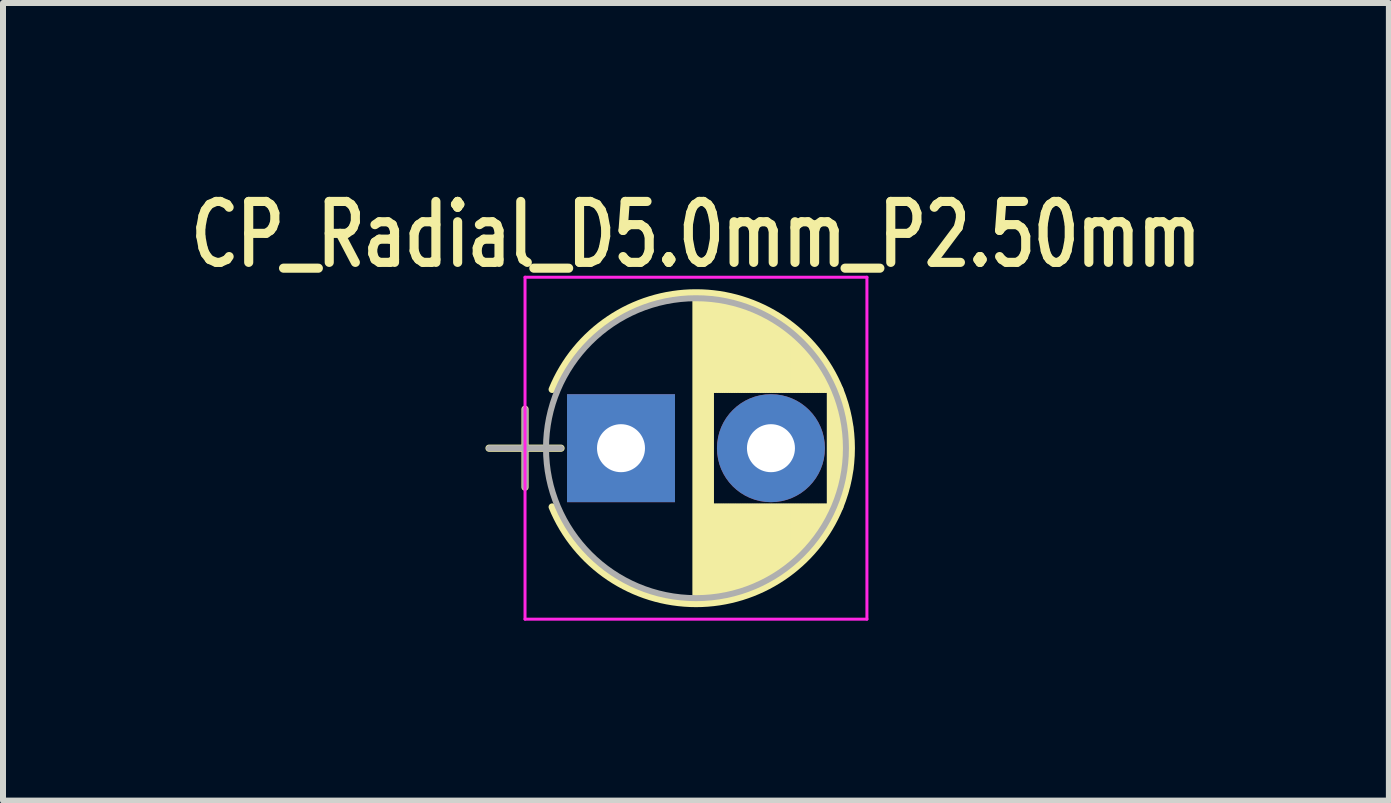
<source format=kicad_pcb>
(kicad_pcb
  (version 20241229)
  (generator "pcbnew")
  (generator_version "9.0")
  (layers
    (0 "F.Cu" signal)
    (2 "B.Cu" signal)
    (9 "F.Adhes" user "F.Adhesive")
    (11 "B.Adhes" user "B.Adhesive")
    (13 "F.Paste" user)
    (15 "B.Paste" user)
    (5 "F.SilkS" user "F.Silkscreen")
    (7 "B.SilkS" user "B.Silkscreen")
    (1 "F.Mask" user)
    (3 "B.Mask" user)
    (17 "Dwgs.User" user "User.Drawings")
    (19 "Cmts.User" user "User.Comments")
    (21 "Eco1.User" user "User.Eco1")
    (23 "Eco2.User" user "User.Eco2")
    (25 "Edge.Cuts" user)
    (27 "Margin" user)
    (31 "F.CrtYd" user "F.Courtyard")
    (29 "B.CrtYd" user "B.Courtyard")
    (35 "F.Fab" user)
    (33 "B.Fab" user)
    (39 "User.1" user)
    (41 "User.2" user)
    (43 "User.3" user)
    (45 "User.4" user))
  (footprint "CP_Radial_D5.0mm_P2.50mm"
    (layer "F.Cu")
    (at 7.303 4.422)
    (property "Reference" "CP_Radial_D5.0mm_P2.50mm" (at 1.25 -3.56 0) (layer "F.SilkS") (effects (font (size 1.016 0.762) (thickness 0.152))))
    (attr through_hole)
    (fp_line (start -2.2 0) (end -1 0) (stroke (width 0.12) (type solid)) (layer "F.SilkS"))
    (fp_line (start -1.6 -0.65) (end -1.6 0.65) (stroke (width 0.12) (type solid)) (layer "F.SilkS"))
    (fp_line (start 1.25 -2.55) (end 1.25 2.55) (stroke (width 0.12) (type solid)) (layer "F.SilkS"))
    (fp_line (start 1.29 -2.55) (end 1.29 2.55) (stroke (width 0.12) (type solid)) (layer "F.SilkS"))
    (fp_line (start 1.33 -2.549) (end 1.33 2.549) (stroke (width 0.12) (type solid)) (layer "F.SilkS"))
    (fp_line (start 1.37 -2.548) (end 1.37 2.548) (stroke (width 0.12) (type solid)) (layer "F.SilkS"))
    (fp_line (start 1.41 -2.546) (end 1.41 2.546) (stroke (width 0.12) (type solid)) (layer "F.SilkS"))
    (fp_line (start 1.45 -2.543) (end 1.45 2.543) (stroke (width 0.12) (type solid)) (layer "F.SilkS"))
    (fp_line (start 1.49 -2.539) (end 1.49 2.539) (stroke (width 0.12) (type solid)) (layer "F.SilkS"))
    (fp_line (start 1.53 -2.535) (end 1.53 -0.98) (stroke (width 0.12) (type solid)) (layer "F.SilkS"))
    (fp_line (start 1.53 0.98) (end 1.53 2.535) (stroke (width 0.12) (type solid)) (layer "F.SilkS"))
    (fp_line (start 1.57 -2.531) (end 1.57 -0.98) (stroke (width 0.12) (type solid)) (layer "F.SilkS"))
    (fp_line (start 1.57 0.98) (end 1.57 2.531) (stroke (width 0.12) (type solid)) (layer "F.SilkS"))
    (fp_line (start 1.61 -2.525) (end 1.61 -0.98) (stroke (width 0.12) (type solid)) (layer "F.SilkS"))
    (fp_line (start 1.61 0.98) (end 1.61 2.525) (stroke (width 0.12) (type solid)) (layer "F.SilkS"))
    (fp_line (start 1.65 -2.519) (end 1.65 -0.98) (stroke (width 0.12) (type solid)) (layer "F.SilkS"))
    (fp_line (start 1.65 0.98) (end 1.65 2.519) (stroke (width 0.12) (type solid)) (layer "F.SilkS"))
    (fp_line (start 1.69 -2.513) (end 1.69 -0.98) (stroke (width 0.12) (type solid)) (layer "F.SilkS"))
    (fp_line (start 1.69 0.98) (end 1.69 2.513) (stroke (width 0.12) (type solid)) (layer "F.SilkS"))
    (fp_line (start 1.73 -2.506) (end 1.73 -0.98) (stroke (width 0.12) (type solid)) (layer "F.SilkS"))
    (fp_line (start 1.73 0.98) (end 1.73 2.506) (stroke (width 0.12) (type solid)) (layer "F.SilkS"))
    (fp_line (start 1.77 -2.498) (end 1.77 -0.98) (stroke (width 0.12) (type solid)) (layer "F.SilkS"))
    (fp_line (start 1.77 0.98) (end 1.77 2.498) (stroke (width 0.12) (type solid)) (layer "F.SilkS"))
    (fp_line (start 1.81 -2.489) (end 1.81 -0.98) (stroke (width 0.12) (type solid)) (layer "F.SilkS"))
    (fp_line (start 1.81 0.98) (end 1.81 2.489) (stroke (width 0.12) (type solid)) (layer "F.SilkS"))
    (fp_line (start 1.85 -2.48) (end 1.85 -0.98) (stroke (width 0.12) (type solid)) (layer "F.SilkS"))
    (fp_line (start 1.85 0.98) (end 1.85 2.48) (stroke (width 0.12) (type solid)) (layer "F.SilkS"))
    (fp_line (start 1.89 -2.47) (end 1.89 -0.98) (stroke (width 0.12) (type solid)) (layer "F.SilkS"))
    (fp_line (start 1.89 0.98) (end 1.89 2.47) (stroke (width 0.12) (type solid)) (layer "F.SilkS"))
    (fp_line (start 1.93 -2.46) (end 1.93 -0.98) (stroke (width 0.12) (type solid)) (layer "F.SilkS"))
    (fp_line (start 1.93 0.98) (end 1.93 2.46) (stroke (width 0.12) (type solid)) (layer "F.SilkS"))
    (fp_line (start 1.971 -2.448) (end 1.971 -0.98) (stroke (width 0.12) (type solid)) (layer "F.SilkS"))
    (fp_line (start 1.971 0.98) (end 1.971 2.448) (stroke (width 0.12) (type solid)) (layer "F.SilkS"))
    (fp_line (start 2.011 -2.436) (end 2.011 -0.98) (stroke (width 0.12) (type solid)) (layer "F.SilkS"))
    (fp_line (start 2.011 0.98) (end 2.011 2.436) (stroke (width 0.12) (type solid)) (layer "F.SilkS"))
    (fp_line (start 2.051 -2.424) (end 2.051 -0.98) (stroke (width 0.12) (type solid)) (layer "F.SilkS"))
    (fp_line (start 2.051 0.98) (end 2.051 2.424) (stroke (width 0.12) (type solid)) (layer "F.SilkS"))
    (fp_line (start 2.091 -2.41) (end 2.091 -0.98) (stroke (width 0.12) (type solid)) (layer "F.SilkS"))
    (fp_line (start 2.091 0.98) (end 2.091 2.41) (stroke (width 0.12) (type solid)) (layer "F.SilkS"))
    (fp_line (start 2.131 -2.396) (end 2.131 -0.98) (stroke (width 0.12) (type solid)) (layer "F.SilkS"))
    (fp_line (start 2.131 0.98) (end 2.131 2.396) (stroke (width 0.12) (type solid)) (layer "F.SilkS"))
    (fp_line (start 2.171 -2.382) (end 2.171 -0.98) (stroke (width 0.12) (type solid)) (layer "F.SilkS"))
    (fp_line (start 2.171 0.98) (end 2.171 2.382) (stroke (width 0.12) (type solid)) (layer "F.SilkS"))
    (fp_line (start 2.211 -2.366) (end 2.211 -0.98) (stroke (width 0.12) (type solid)) (layer "F.SilkS"))
    (fp_line (start 2.211 0.98) (end 2.211 2.366) (stroke (width 0.12) (type solid)) (layer "F.SilkS"))
    (fp_line (start 2.251 -2.35) (end 2.251 -0.98) (stroke (width 0.12) (type solid)) (layer "F.SilkS"))
    (fp_line (start 2.251 0.98) (end 2.251 2.35) (stroke (width 0.12) (type solid)) (layer "F.SilkS"))
    (fp_line (start 2.291 -2.333) (end 2.291 -0.98) (stroke (width 0.12) (type solid)) (layer "F.SilkS"))
    (fp_line (start 2.291 0.98) (end 2.291 2.333) (stroke (width 0.12) (type solid)) (layer "F.SilkS"))
    (fp_line (start 2.331 -2.315) (end 2.331 -0.98) (stroke (width 0.12) (type solid)) (layer "F.SilkS"))
    (fp_line (start 2.331 0.98) (end 2.331 2.315) (stroke (width 0.12) (type solid)) (layer "F.SilkS"))
    (fp_line (start 2.371 -2.296) (end 2.371 -0.98) (stroke (width 0.12) (type solid)) (layer "F.SilkS"))
    (fp_line (start 2.371 0.98) (end 2.371 2.296) (stroke (width 0.12) (type solid)) (layer "F.SilkS"))
    (fp_line (start 2.411 -2.276) (end 2.411 -0.98) (stroke (width 0.12) (type solid)) (layer "F.SilkS"))
    (fp_line (start 2.411 0.98) (end 2.411 2.276) (stroke (width 0.12) (type solid)) (layer "F.SilkS"))
    (fp_line (start 2.451 -2.256) (end 2.451 -0.98) (stroke (width 0.12) (type solid)) (layer "F.SilkS"))
    (fp_line (start 2.451 0.98) (end 2.451 2.256) (stroke (width 0.12) (type solid)) (layer "F.SilkS"))
    (fp_line (start 2.491 -2.234) (end 2.491 -0.98) (stroke (width 0.12) (type solid)) (layer "F.SilkS"))
    (fp_line (start 2.491 0.98) (end 2.491 2.234) (stroke (width 0.12) (type solid)) (layer "F.SilkS"))
    (fp_line (start 2.531 -2.212) (end 2.531 -0.98) (stroke (width 0.12) (type solid)) (layer "F.SilkS"))
    (fp_line (start 2.531 0.98) (end 2.531 2.212) (stroke (width 0.12) (type solid)) (layer "F.SilkS"))
    (fp_line (start 2.571 -2.189) (end 2.571 -0.98) (stroke (width 0.12) (type solid)) (layer "F.SilkS"))
    (fp_line (start 2.571 0.98) (end 2.571 2.189) (stroke (width 0.12) (type solid)) (layer "F.SilkS"))
    (fp_line (start 2.611 -2.165) (end 2.611 -0.98) (stroke (width 0.12) (type solid)) (layer "F.SilkS"))
    (fp_line (start 2.611 0.98) (end 2.611 2.165) (stroke (width 0.12) (type solid)) (layer "F.SilkS"))
    (fp_line (start 2.651 -2.14) (end 2.651 -0.98) (stroke (width 0.12) (type solid)) (layer "F.SilkS"))
    (fp_line (start 2.651 0.98) (end 2.651 2.14) (stroke (width 0.12) (type solid)) (layer "F.SilkS"))
    (fp_line (start 2.691 -2.113) (end 2.691 -0.98) (stroke (width 0.12) (type solid)) (layer "F.SilkS"))
    (fp_line (start 2.691 0.98) (end 2.691 2.113) (stroke (width 0.12) (type solid)) (layer "F.SilkS"))
    (fp_line (start 2.731 -2.086) (end 2.731 -0.98) (stroke (width 0.12) (type solid)) (layer "F.SilkS"))
    (fp_line (start 2.731 0.98) (end 2.731 2.086) (stroke (width 0.12) (type solid)) (layer "F.SilkS"))
    (fp_line (start 2.771 -2.058) (end 2.771 -0.98) (stroke (width 0.12) (type solid)) (layer "F.SilkS"))
    (fp_line (start 2.771 0.98) (end 2.771 2.058) (stroke (width 0.12) (type solid)) (layer "F.SilkS"))
    (fp_line (start 2.811 -2.028) (end 2.811 -0.98) (stroke (width 0.12) (type solid)) (layer "F.SilkS"))
    (fp_line (start 2.811 0.98) (end 2.811 2.028) (stroke (width 0.12) (type solid)) (layer "F.SilkS"))
    (fp_line (start 2.851 -1.997) (end 2.851 -0.98) (stroke (width 0.12) (type solid)) (layer "F.SilkS"))
    (fp_line (start 2.851 0.98) (end 2.851 1.997) (stroke (width 0.12) (type solid)) (layer "F.SilkS"))
    (fp_line (start 2.891 -1.965) (end 2.891 -0.98) (stroke (width 0.12) (type solid)) (layer "F.SilkS"))
    (fp_line (start 2.891 0.98) (end 2.891 1.965) (stroke (width 0.12) (type solid)) (layer "F.SilkS"))
    (fp_line (start 2.931 -1.932) (end 2.931 -0.98) (stroke (width 0.12) (type solid)) (layer "F.SilkS"))
    (fp_line (start 2.931 0.98) (end 2.931 1.932) (stroke (width 0.12) (type solid)) (layer "F.SilkS"))
    (fp_line (start 2.971 -1.897) (end 2.971 -0.98) (stroke (width 0.12) (type solid)) (layer "F.SilkS"))
    (fp_line (start 2.971 0.98) (end 2.971 1.897) (stroke (width 0.12) (type solid)) (layer "F.SilkS"))
    (fp_line (start 3.011 -1.861) (end 3.011 -0.98) (stroke (width 0.12) (type solid)) (layer "F.SilkS"))
    (fp_line (start 3.011 0.98) (end 3.011 1.861) (stroke (width 0.12) (type solid)) (layer "F.SilkS"))
    (fp_line (start 3.051 -1.823) (end 3.051 -0.98) (stroke (width 0.12) (type solid)) (layer "F.SilkS"))
    (fp_line (start 3.051 0.98) (end 3.051 1.823) (stroke (width 0.12) (type solid)) (layer "F.SilkS"))
    (fp_line (start 3.091 -1.783) (end 3.091 -0.98) (stroke (width 0.12) (type solid)) (layer "F.SilkS"))
    (fp_line (start 3.091 0.98) (end 3.091 1.783) (stroke (width 0.12) (type solid)) (layer "F.SilkS"))
    (fp_line (start 3.131 -1.742) (end 3.131 -0.98) (stroke (width 0.12) (type solid)) (layer "F.SilkS"))
    (fp_line (start 3.131 0.98) (end 3.131 1.742) (stroke (width 0.12) (type solid)) (layer "F.SilkS"))
    (fp_line (start 3.171 -1.699) (end 3.171 -0.98) (stroke (width 0.12) (type solid)) (layer "F.SilkS"))
    (fp_line (start 3.171 0.98) (end 3.171 1.699) (stroke (width 0.12) (type solid)) (layer "F.SilkS"))
    (fp_line (start 3.211 -1.654) (end 3.211 -0.98) (stroke (width 0.12) (type solid)) (layer "F.SilkS"))
    (fp_line (start 3.211 0.98) (end 3.211 1.654) (stroke (width 0.12) (type solid)) (layer "F.SilkS"))
    (fp_line (start 3.251 -1.606) (end 3.251 -0.98) (stroke (width 0.12) (type solid)) (layer "F.SilkS"))
    (fp_line (start 3.251 0.98) (end 3.251 1.606) (stroke (width 0.12) (type solid)) (layer "F.SilkS"))
    (fp_line (start 3.291 -1.556) (end 3.291 -0.98) (stroke (width 0.12) (type solid)) (layer "F.SilkS"))
    (fp_line (start 3.291 0.98) (end 3.291 1.556) (stroke (width 0.12) (type solid)) (layer "F.SilkS"))
    (fp_line (start 3.331 -1.504) (end 3.331 -0.98) (stroke (width 0.12) (type solid)) (layer "F.SilkS"))
    (fp_line (start 3.331 0.98) (end 3.331 1.504) (stroke (width 0.12) (type solid)) (layer "F.SilkS"))
    (fp_line (start 3.371 -1.448) (end 3.371 -0.98) (stroke (width 0.12) (type solid)) (layer "F.SilkS"))
    (fp_line (start 3.371 0.98) (end 3.371 1.448) (stroke (width 0.12) (type solid)) (layer "F.SilkS"))
    (fp_line (start 3.411 -1.39) (end 3.411 -0.98) (stroke (width 0.12) (type solid)) (layer "F.SilkS"))
    (fp_line (start 3.411 0.98) (end 3.411 1.39) (stroke (width 0.12) (type solid)) (layer "F.SilkS"))
    (fp_line (start 3.451 -1.327) (end 3.451 -0.98) (stroke (width 0.12) (type solid)) (layer "F.SilkS"))
    (fp_line (start 3.451 0.98) (end 3.451 1.327) (stroke (width 0.12) (type solid)) (layer "F.SilkS"))
    (fp_line (start 3.491 -1.261) (end 3.491 1.261) (stroke (width 0.12) (type solid)) (layer "F.SilkS"))
    (fp_line (start 3.531 -1.189) (end 3.531 1.189) (stroke (width 0.12) (type solid)) (layer "F.SilkS"))
    (fp_line (start 3.571 -1.112) (end 3.571 1.112) (stroke (width 0.12) (type solid)) (layer "F.SilkS"))
    (fp_line (start 3.611 -1.028) (end 3.611 1.028) (stroke (width 0.12) (type solid)) (layer "F.SilkS"))
    (fp_line (start 3.651 -0.934) (end 3.651 0.934) (stroke (width 0.12) (type solid)) (layer "F.SilkS"))
    (fp_line (start 3.691 -0.829) (end 3.691 0.829) (stroke (width 0.12) (type solid)) (layer "F.SilkS"))
    (fp_line (start 3.731 -0.707) (end 3.731 0.707) (stroke (width 0.12) (type solid)) (layer "F.SilkS"))
    (fp_line (start 3.771 -0.559) (end 3.771 0.559) (stroke (width 0.12) (type solid)) (layer "F.SilkS"))
    (fp_line (start 3.811 -0.354) (end 3.811 0.354) (stroke (width 0.12) (type solid)) (layer "F.SilkS"))
    (fp_arc (start -1.147436 -0.98) (mid 1.249244 -2.59) (end 3.646863 -0.9814) (stroke (width 0.12) (type solid)) (layer "F.SilkS"))
    (fp_arc (start 3.646863 0.9814) (mid 1.249244 2.59) (end -1.147436 0.98) (stroke (width 0.12) (type solid)) (layer "F.SilkS"))
    (fp_arc (start 3.647436 -0.98) (mid 3.84 0.000756) (end 3.646863 0.9814) (stroke (width 0.12) (type solid)) (layer "F.SilkS"))
    (fp_line (start -1.6 -2.85) (end -1.6 2.85) (stroke (width 0.05) (type solid)) (layer "F.CrtYd"))
    (fp_line (start -1.6 2.85) (end 4.1 2.85) (stroke (width 0.05) (type solid)) (layer "F.CrtYd"))
    (fp_line (start 4.1 -2.85) (end -1.6 -2.85) (stroke (width 0.05) (type solid)) (layer "F.CrtYd"))
    (fp_line (start 4.1 2.85) (end 4.1 -2.85) (stroke (width 0.05) (type solid)) (layer "F.CrtYd"))
    (fp_line (start -2.2 0) (end -1 0) (stroke (width 0.1) (type solid)) (layer "F.Fab"))
    (fp_line (start -1.6 -0.65) (end -1.6 0.65) (stroke (width 0.1) (type solid)) (layer "F.Fab"))
    (fp_circle (center 1.25 0) (end 3.75 0) (stroke (width 0.1) (type solid)) (fill no) (layer "F.Fab"))
    (pad "1" thru_hole rect (at 0 0) (size 1.8 1.8) (drill 0.8) (layers "*.Cu" "*.Mask"))
    (pad "2" thru_hole circle (at 2.5 0) (size 1.8 1.8) (drill 0.8) (layers "*.Cu" "*.Mask")))
  (gr_rect
    (start -3 -3)
    (end 20.105 10.297)
    (stroke (width 0.1) (type default))
    (fill no)
    (layer "Edge.Cuts")))
</source>
